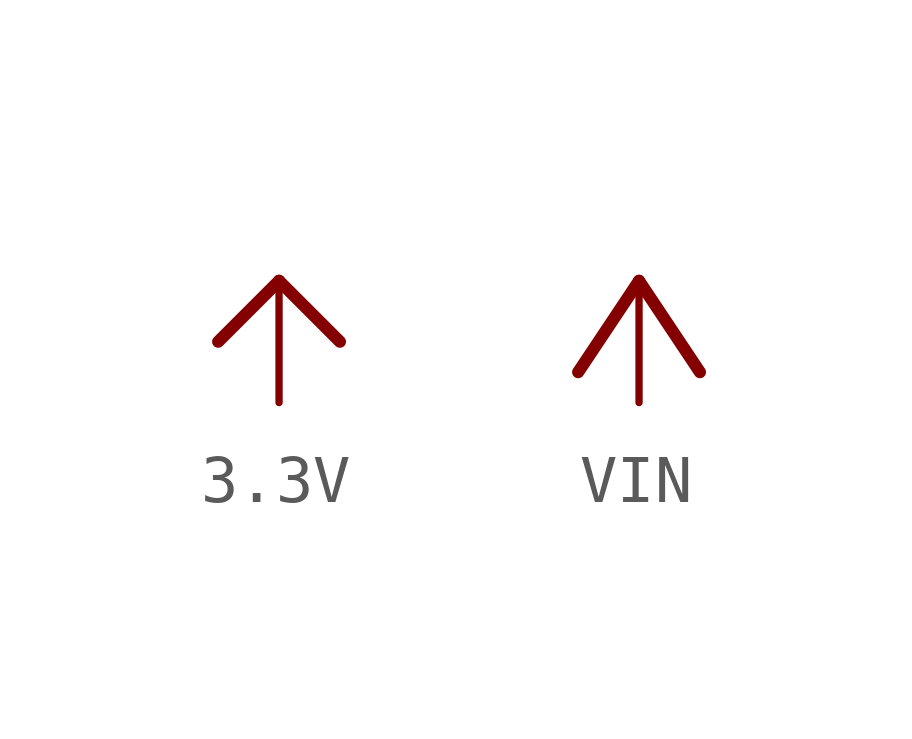
<source format=kicad_sym>
(kicad_symbol_lib
  (version 20241209)
  (generator "kicad_symbol_editor")
  (generator_version "9.0")
  (symbol "3.3V"
    (power)
    (property "Reference" ""
      (at 0 0 0)
      (effects (font (size 1.27 1.27)) (hide yes)))
    (property "Value" ""
      (at -1.524 3.556 0)
      (effects (font (size 1.27 1.079)) (justify left bottom)))
    (property "ki_locked" ""
      (at 0 0 0)
      (effects (font (size 1.27 1.27))))
    (symbol "3.3V_1_0"
      (polyline (pts (xy -1.27 1.27) (xy 0 2.54)) (stroke (width 0.254) (type solid)) (fill (type none)))
      (polyline (pts (xy 0 2.54) (xy 1.27 1.27)) (stroke (width 0.254) (type solid)) (fill (type none)))
      (pin power_in line (at 0 0 90) (length 2.54) (name "3.3V" (effects (font (size 0 0)))) (number "1" (effects (font (size 0 0)))))))
  (symbol "VIN"
    (power)
    (property "Reference" ""
      (at 0 0 0)
      (effects (font (size 1.27 1.27)) (hide yes)))
    (property "Value" ""
      (at -1.524 3.556 0)
      (effects (font (size 1.27 1.079)) (justify left bottom)))
    (property "ki_locked" ""
      (at 0 0 0)
      (effects (font (size 1.27 1.27))))
    (symbol "VIN_1_0"
      (polyline (pts (xy 0 2.54) (xy -1.27 0.635)) (stroke (width 0.254) (type solid)) (fill (type none)))
      (polyline (pts (xy 1.27 0.635) (xy 0 2.54)) (stroke (width 0.254) (type solid)) (fill (type none)))
      (pin power_in line (at 0 0 90) (length 2.54) (name "VIN" (effects (font (size 0 0)))) (number "1" (effects (font (size 0 0))))))))
</source>
